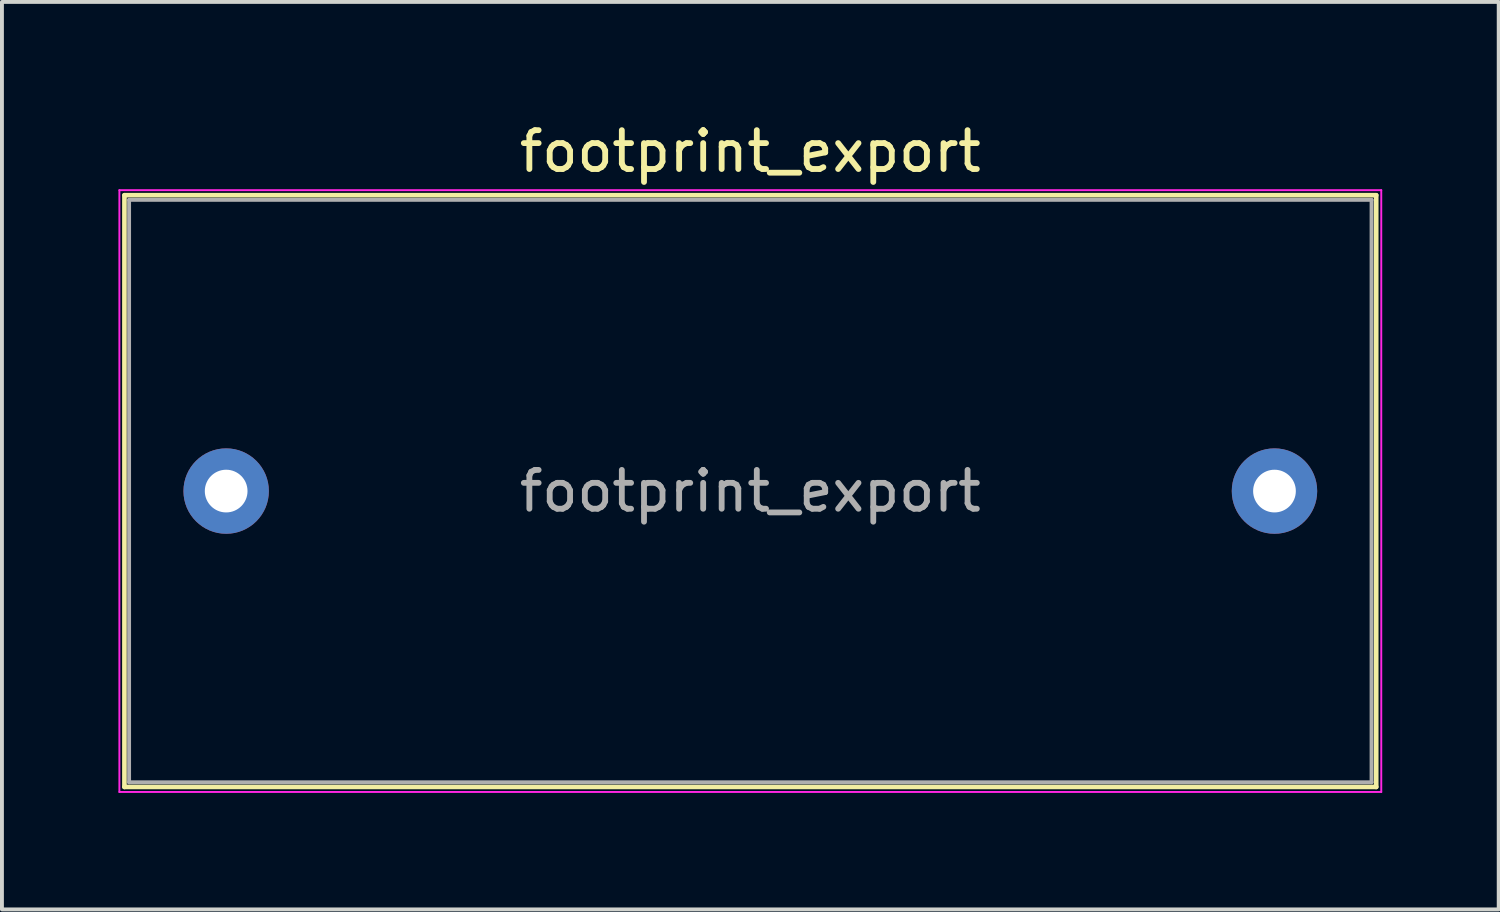
<source format=kicad_pcb>
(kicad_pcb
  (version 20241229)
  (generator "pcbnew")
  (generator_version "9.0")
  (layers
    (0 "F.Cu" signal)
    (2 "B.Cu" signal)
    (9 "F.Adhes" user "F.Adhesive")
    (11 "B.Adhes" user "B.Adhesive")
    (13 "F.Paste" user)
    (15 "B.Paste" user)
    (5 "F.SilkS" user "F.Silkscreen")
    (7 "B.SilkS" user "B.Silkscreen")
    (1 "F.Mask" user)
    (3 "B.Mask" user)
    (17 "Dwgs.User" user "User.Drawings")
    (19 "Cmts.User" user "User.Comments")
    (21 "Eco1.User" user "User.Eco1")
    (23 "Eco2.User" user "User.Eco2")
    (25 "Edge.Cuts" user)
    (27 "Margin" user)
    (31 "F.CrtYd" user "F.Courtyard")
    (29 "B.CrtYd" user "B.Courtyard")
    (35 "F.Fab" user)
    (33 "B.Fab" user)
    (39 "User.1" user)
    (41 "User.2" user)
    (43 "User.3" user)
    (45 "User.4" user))
  (footprint "footprint_export"
    (layer "F.Cu")
    (at 2.775 9.598)
    (property "Reference" "footprint_export" (at 13.5 -8.75 0) (layer "F.SilkS") (effects (font (size 1 1) (thickness 0.15))))
    (attr through_hole)
    (fp_line (start -2.62 -7.62) (end -2.62 7.62) (stroke (width 0.12) (type solid)) (layer "F.SilkS"))
    (fp_line (start -2.62 -7.62) (end 29.62 -7.62) (stroke (width 0.12) (type solid)) (layer "F.SilkS"))
    (fp_line (start -2.62 7.62) (end 29.62 7.62) (stroke (width 0.12) (type solid)) (layer "F.SilkS"))
    (fp_line (start 29.62 -7.62) (end 29.62 7.62) (stroke (width 0.12) (type solid)) (layer "F.SilkS"))
    (fp_line (start -2.75 -7.75) (end -2.75 7.75) (stroke (width 0.05) (type solid)) (layer "F.CrtYd"))
    (fp_line (start -2.75 7.75) (end 29.75 7.75) (stroke (width 0.05) (type solid)) (layer "F.CrtYd"))
    (fp_line (start 29.75 -7.75) (end -2.75 -7.75) (stroke (width 0.05) (type solid)) (layer "F.CrtYd"))
    (fp_line (start 29.75 7.75) (end 29.75 -7.75) (stroke (width 0.05) (type solid)) (layer "F.CrtYd"))
    (fp_line (start -2.5 -7.5) (end -2.5 7.5) (stroke (width 0.1) (type solid)) (layer "F.Fab"))
    (fp_line (start -2.5 7.5) (end 29.5 7.5) (stroke (width 0.1) (type solid)) (layer "F.Fab"))
    (fp_line (start 29.5 -7.5) (end -2.5 -7.5) (stroke (width 0.1) (type solid)) (layer "F.Fab"))
    (fp_line (start 29.5 7.5) (end 29.5 -7.5) (stroke (width 0.1) (type solid)) (layer "F.Fab"))
    (fp_text user "${REFERENCE}" (at 13.5 0 0) (layer "F.Fab") (effects (font (size 1 1) (thickness 0.15))))
    (pad "1" thru_hole circle (at 0 0) (size 2.2 2.2) (drill 1.1) (layers "*.Cu" "*.Mask"))
    (pad "2" thru_hole circle (at 27 0) (size 2.2 2.2) (drill 1.1) (layers "*.Cu" "*.Mask")))
  (gr_rect
    (start -3 -3)
    (end 35.55 20.373)
    (stroke (width 0.1) (type default))
    (fill no)
    (layer "Edge.Cuts")))
</source>
